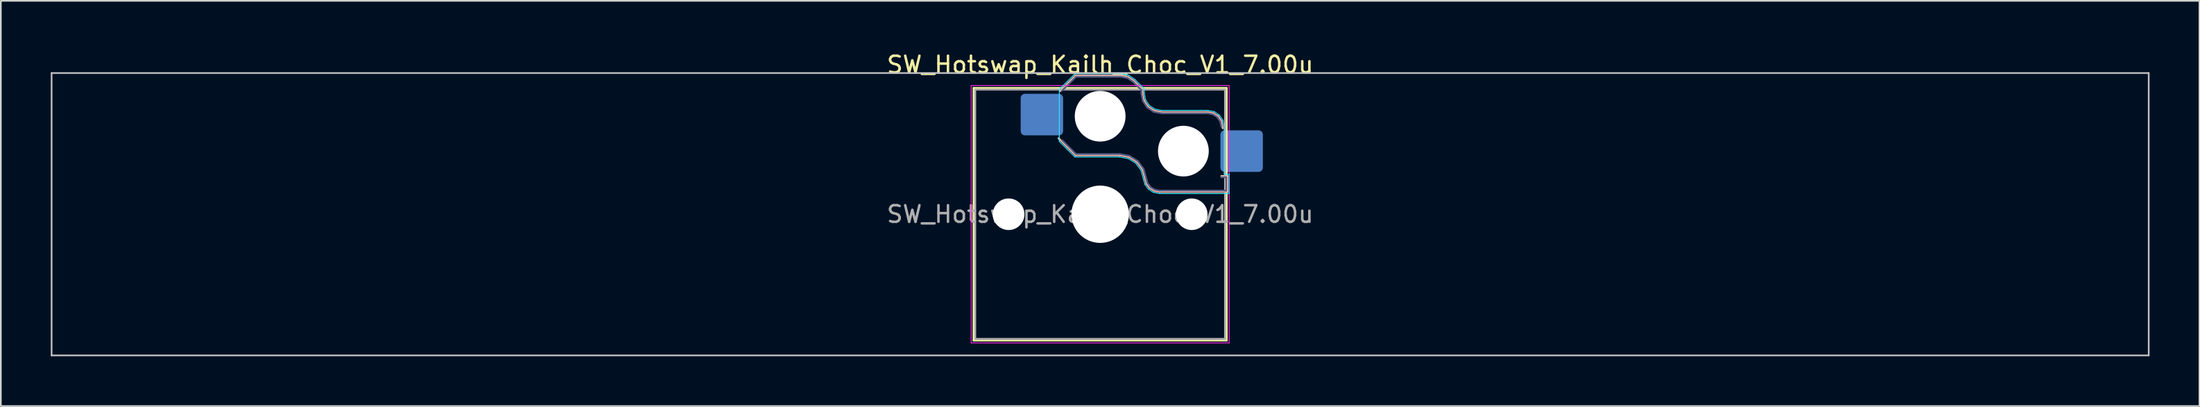
<source format=kicad_pcb>
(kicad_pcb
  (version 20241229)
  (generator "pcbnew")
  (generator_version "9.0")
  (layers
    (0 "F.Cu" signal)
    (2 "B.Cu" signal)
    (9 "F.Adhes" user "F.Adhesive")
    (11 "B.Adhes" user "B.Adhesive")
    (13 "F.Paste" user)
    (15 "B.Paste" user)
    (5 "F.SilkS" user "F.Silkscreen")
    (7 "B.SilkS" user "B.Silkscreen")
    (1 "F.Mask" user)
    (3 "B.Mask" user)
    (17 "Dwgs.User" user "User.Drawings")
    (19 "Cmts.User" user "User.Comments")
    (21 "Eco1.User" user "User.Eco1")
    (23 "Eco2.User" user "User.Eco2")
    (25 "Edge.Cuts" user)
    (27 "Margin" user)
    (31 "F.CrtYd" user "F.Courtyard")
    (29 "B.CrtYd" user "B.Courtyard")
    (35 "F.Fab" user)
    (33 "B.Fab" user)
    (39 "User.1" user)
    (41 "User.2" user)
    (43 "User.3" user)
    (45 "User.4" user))
  (footprint "SW_Hotswap_Kailh_Choc_V1_7.00u"
    (layer "F.Cu")
    (at 63.05 9.848)
    (property "Reference" "SW_Hotswap_Kailh_Choc_V1_7.00u" (at 0 -9 0) (layer "F.SilkS") (effects (font (size 1 1) (thickness 0.15))))
    (attr smd)
    (fp_line (start -7.6 -7.6) (end -7.6 7.6) (stroke (width 0.12) (type solid)) (layer "F.SilkS"))
    (fp_line (start -7.6 7.6) (end 7.6 7.6) (stroke (width 0.12) (type solid)) (layer "F.SilkS"))
    (fp_line (start 7.6 -7.6) (end -7.6 -7.6) (stroke (width 0.12) (type solid)) (layer "F.SilkS"))
    (fp_line (start 7.6 7.6) (end 7.6 -7.6) (stroke (width 0.12) (type solid)) (layer "F.SilkS"))
    (fp_line (start -2.416 -7.409) (end -1.479 -8.346) (stroke (width 0.12) (type solid)) (layer "B.SilkS"))
    (fp_line (start -1.479 -8.346) (end 1.268 -8.346) (stroke (width 0.12) (type solid)) (layer "B.SilkS"))
    (fp_line (start -1.479 -3.554) (end -2.5 -4.575) (stroke (width 0.12) (type solid)) (layer "B.SilkS"))
    (fp_line (start 1.168 -3.554) (end -1.479 -3.554) (stroke (width 0.12) (type solid)) (layer "B.SilkS"))
    (fp_line (start 1.268 -8.346) (end 1.671 -8.266) (stroke (width 0.12) (type solid)) (layer "B.SilkS"))
    (fp_line (start 1.671 -8.266) (end 2.013 -8.037) (stroke (width 0.12) (type solid)) (layer "B.SilkS"))
    (fp_line (start 1.73 -3.449) (end 1.168 -3.554) (stroke (width 0.12) (type solid)) (layer "B.SilkS"))
    (fp_line (start 2.013 -8.037) (end 2.546 -7.504) (stroke (width 0.12) (type solid)) (layer "B.SilkS"))
    (fp_line (start 2.209 -3.15) (end 1.73 -3.449) (stroke (width 0.12) (type solid)) (layer "B.SilkS"))
    (fp_line (start 2.546 -7.504) (end 2.546 -7.282) (stroke (width 0.12) (type solid)) (layer "B.SilkS"))
    (fp_line (start 2.546 -7.282) (end 2.633 -6.844) (stroke (width 0.12) (type solid)) (layer "B.SilkS"))
    (fp_line (start 2.547 -2.697) (end 2.209 -3.15) (stroke (width 0.12) (type solid)) (layer "B.SilkS"))
    (fp_line (start 2.633 -6.844) (end 2.877 -6.477) (stroke (width 0.12) (type solid)) (layer "B.SilkS"))
    (fp_line (start 2.701 -2.139) (end 2.547 -2.697) (stroke (width 0.12) (type solid)) (layer "B.SilkS"))
    (fp_line (start 2.783 -1.841) (end 2.701 -2.139) (stroke (width 0.12) (type solid)) (layer "B.SilkS"))
    (fp_line (start 2.877 -6.477) (end 3.244 -6.233) (stroke (width 0.12) (type solid)) (layer "B.SilkS"))
    (fp_line (start 2.976 -1.583) (end 2.783 -1.841) (stroke (width 0.12) (type solid)) (layer "B.SilkS"))
    (fp_line (start 3.244 -6.233) (end 3.682 -6.146) (stroke (width 0.12) (type solid)) (layer "B.SilkS"))
    (fp_line (start 3.25 -1.413) (end 2.976 -1.583) (stroke (width 0.12) (type solid)) (layer "B.SilkS"))
    (fp_line (start 3.56 -1.354) (end 3.25 -1.413) (stroke (width 0.12) (type solid)) (layer "B.SilkS"))
    (fp_line (start 3.682 -6.146) (end 6.482 -6.146) (stroke (width 0.12) (type solid)) (layer "B.SilkS"))
    (fp_line (start 6.482 -6.146) (end 6.809 -6.081) (stroke (width 0.12) (type solid)) (layer "B.SilkS"))
    (fp_line (start 6.809 -6.081) (end 7.092 -5.892) (stroke (width 0.12) (type solid)) (layer "B.SilkS"))
    (fp_line (start 7.092 -5.892) (end 7.281 -5.609) (stroke (width 0.12) (type solid)) (layer "B.SilkS"))
    (fp_line (start 7.281 -5.609) (end 7.366 -5.182) (stroke (width 0.12) (type solid)) (layer "B.SilkS"))
    (fp_line (start 7.283 -2.296) (end 7.646 -2.296) (stroke (width 0.12) (type solid)) (layer "B.SilkS"))
    (fp_line (start 7.646 -2.296) (end 7.646 -1.354) (stroke (width 0.12) (type solid)) (layer "B.SilkS"))
    (fp_line (start 7.646 -1.354) (end 3.56 -1.354) (stroke (width 0.12) (type solid)) (layer "B.SilkS"))
    (fp_line (start -63 -8.5) (end -63 8.5) (stroke (width 0.1) (type solid)) (layer "Dwgs.User"))
    (fp_line (start -63 8.5) (end 63 8.5) (stroke (width 0.1) (type solid)) (layer "Dwgs.User"))
    (fp_line (start 63 -8.5) (end -63 -8.5) (stroke (width 0.1) (type solid)) (layer "Dwgs.User"))
    (fp_line (start 63 8.5) (end 63 -8.5) (stroke (width 0.1) (type solid)) (layer "Dwgs.User"))
    (fp_line (start -7.25 -7.25) (end -7.25 7.25) (stroke (width 0.1) (type solid)) (layer "Eco1.User"))
    (fp_line (start -7.25 7.25) (end 7.25 7.25) (stroke (width 0.1) (type solid)) (layer "Eco1.User"))
    (fp_line (start 7.25 -7.25) (end -7.25 -7.25) (stroke (width 0.1) (type solid)) (layer "Eco1.User"))
    (fp_line (start 7.25 7.25) (end 7.25 -7.25) (stroke (width 0.1) (type solid)) (layer "Eco1.User"))
    (fp_line (start -2.452 -7.523) (end -1.523 -8.452) (stroke (width 0.05) (type solid)) (layer "B.CrtYd"))
    (fp_line (start -2.452 -4.377) (end -2.452 -7.523) (stroke (width 0.05) (type solid)) (layer "B.CrtYd"))
    (fp_line (start -1.523 -8.452) (end 1.278 -8.452) (stroke (width 0.05) (type solid)) (layer "B.CrtYd"))
    (fp_line (start -1.523 -3.448) (end -2.452 -4.377) (stroke (width 0.05) (type solid)) (layer "B.CrtYd"))
    (fp_line (start 1.159 -3.448) (end -1.523 -3.448) (stroke (width 0.05) (type solid)) (layer "B.CrtYd"))
    (fp_line (start 1.278 -8.452) (end 1.712 -8.366) (stroke (width 0.05) (type solid)) (layer "B.CrtYd"))
    (fp_line (start 1.691 -3.348) (end 1.159 -3.448) (stroke (width 0.05) (type solid)) (layer "B.CrtYd"))
    (fp_line (start 1.712 -8.366) (end 2.081 -8.119) (stroke (width 0.05) (type solid)) (layer "B.CrtYd"))
    (fp_line (start 2.081 -8.119) (end 2.652 -7.548) (stroke (width 0.05) (type solid)) (layer "B.CrtYd"))
    (fp_line (start 2.136 -3.071) (end 1.691 -3.348) (stroke (width 0.05) (type solid)) (layer "B.CrtYd"))
    (fp_line (start 2.45 -2.65) (end 2.136 -3.071) (stroke (width 0.05) (type solid)) (layer "B.CrtYd"))
    (fp_line (start 2.599 -2.111) (end 2.45 -2.65) (stroke (width 0.05) (type solid)) (layer "B.CrtYd"))
    (fp_line (start 2.652 -7.548) (end 2.652 -7.292) (stroke (width 0.05) (type solid)) (layer "B.CrtYd"))
    (fp_line (start 2.652 -7.292) (end 2.733 -6.885) (stroke (width 0.05) (type solid)) (layer "B.CrtYd"))
    (fp_line (start 2.687 -1.794) (end 2.599 -2.111) (stroke (width 0.05) (type solid)) (layer "B.CrtYd"))
    (fp_line (start 2.733 -6.885) (end 2.953 -6.553) (stroke (width 0.05) (type solid)) (layer "B.CrtYd"))
    (fp_line (start 2.903 -1.503) (end 2.687 -1.794) (stroke (width 0.05) (type solid)) (layer "B.CrtYd"))
    (fp_line (start 2.953 -6.553) (end 3.285 -6.333) (stroke (width 0.05) (type solid)) (layer "B.CrtYd"))
    (fp_line (start 3.211 -1.312) (end 2.903 -1.503) (stroke (width 0.05) (type solid)) (layer "B.CrtYd"))
    (fp_line (start 3.285 -6.333) (end 3.692 -6.252) (stroke (width 0.05) (type solid)) (layer "B.CrtYd"))
    (fp_line (start 3.55 -1.248) (end 3.211 -1.312) (stroke (width 0.05) (type solid)) (layer "B.CrtYd"))
    (fp_line (start 3.692 -6.252) (end 6.492 -6.252) (stroke (width 0.05) (type solid)) (layer "B.CrtYd"))
    (fp_line (start 6.492 -6.252) (end 6.85 -6.181) (stroke (width 0.05) (type solid)) (layer "B.CrtYd"))
    (fp_line (start 6.85 -6.181) (end 7.168 -5.968) (stroke (width 0.05) (type solid)) (layer "B.CrtYd"))
    (fp_line (start 7.168 -5.968) (end 7.381 -5.65) (stroke (width 0.05) (type solid)) (layer "B.CrtYd"))
    (fp_line (start 7.381 -5.65) (end 7.452 -5.292) (stroke (width 0.05) (type solid)) (layer "B.CrtYd"))
    (fp_line (start 7.452 -5.292) (end 7.452 -2.402) (stroke (width 0.05) (type solid)) (layer "B.CrtYd"))
    (fp_line (start 7.452 -2.402) (end 7.752 -2.402) (stroke (width 0.05) (type solid)) (layer "B.CrtYd"))
    (fp_line (start 7.752 -2.402) (end 7.752 -1.248) (stroke (width 0.05) (type solid)) (layer "B.CrtYd"))
    (fp_line (start 7.752 -1.248) (end 3.55 -1.248) (stroke (width 0.05) (type solid)) (layer "B.CrtYd"))
    (fp_line (start -7.75 -7.75) (end -7.75 7.75) (stroke (width 0.05) (type solid)) (layer "F.CrtYd"))
    (fp_line (start -7.75 7.75) (end 7.75 7.75) (stroke (width 0.05) (type solid)) (layer "F.CrtYd"))
    (fp_line (start 7.75 -7.75) (end -7.75 -7.75) (stroke (width 0.05) (type solid)) (layer "F.CrtYd"))
    (fp_line (start 7.75 7.75) (end 7.75 -7.75) (stroke (width 0.05) (type solid)) (layer "F.CrtYd"))
    (fp_line (start -2.275 -7.45) (end -1.45 -8.275) (stroke (width 0.1) (type solid)) (layer "B.Fab"))
    (fp_line (start -1.45 -8.275) (end 1.261 -8.275) (stroke (width 0.1) (type solid)) (layer "B.Fab"))
    (fp_line (start -1.45 -3.625) (end -2.275 -4.45) (stroke (width 0.1) (type solid)) (layer "B.Fab"))
    (fp_line (start 1.175 -3.625) (end -1.45 -3.625) (stroke (width 0.1) (type solid)) (layer "B.Fab"))
    (fp_line (start 1.261 -8.275) (end 1.643 -8.199) (stroke (width 0.1) (type solid)) (layer "B.Fab"))
    (fp_line (start 1.643 -8.199) (end 1.968 -7.982) (stroke (width 0.1) (type solid)) (layer "B.Fab"))
    (fp_line (start 1.756 -3.516) (end 1.175 -3.625) (stroke (width 0.1) (type solid)) (layer "B.Fab"))
    (fp_line (start 1.968 -7.982) (end 2.475 -7.475) (stroke (width 0.1) (type solid)) (layer "B.Fab"))
    (fp_line (start 2.258 -3.203) (end 1.756 -3.516) (stroke (width 0.1) (type solid)) (layer "B.Fab"))
    (fp_line (start 2.475 -7.475) (end 2.475 -7.275) (stroke (width 0.1) (type solid)) (layer "B.Fab"))
    (fp_line (start 2.475 -7.275) (end 2.566 -6.816) (stroke (width 0.1) (type solid)) (layer "B.Fab"))
    (fp_line (start 2.566 -6.816) (end 2.826 -6.426) (stroke (width 0.1) (type solid)) (layer "B.Fab"))
    (fp_line (start 2.612 -2.729) (end 2.258 -3.203) (stroke (width 0.1) (type solid)) (layer "B.Fab"))
    (fp_line (start 2.769 -2.158) (end 2.612 -2.729) (stroke (width 0.1) (type solid)) (layer "B.Fab"))
    (fp_line (start 2.826 -6.426) (end 3.216 -6.166) (stroke (width 0.1) (type solid)) (layer "B.Fab"))
    (fp_line (start 2.848 -1.873) (end 2.769 -2.158) (stroke (width 0.1) (type solid)) (layer "B.Fab"))
    (fp_line (start 3.025 -1.636) (end 2.848 -1.873) (stroke (width 0.1) (type solid)) (layer "B.Fab"))
    (fp_line (start 3.216 -6.166) (end 3.675 -6.075) (stroke (width 0.1) (type solid)) (layer "B.Fab"))
    (fp_line (start 3.276 -1.48) (end 3.025 -1.636) (stroke (width 0.1) (type solid)) (layer "B.Fab"))
    (fp_line (start 3.567 -1.425) (end 3.276 -1.48) (stroke (width 0.1) (type solid)) (layer "B.Fab"))
    (fp_line (start 3.675 -6.075) (end 6.475 -6.075) (stroke (width 0.1) (type solid)) (layer "B.Fab"))
    (fp_line (start 6.475 -6.075) (end 6.781 -6.014) (stroke (width 0.1) (type solid)) (layer "B.Fab"))
    (fp_line (start 6.781 -6.014) (end 7.041 -5.841) (stroke (width 0.1) (type solid)) (layer "B.Fab"))
    (fp_line (start 7.041 -5.841) (end 7.214 -5.581) (stroke (width 0.1) (type solid)) (layer "B.Fab"))
    (fp_line (start 7.214 -5.581) (end 7.275 -5.275) (stroke (width 0.1) (type solid)) (layer "B.Fab"))
    (fp_line (start 7.275 -2.225) (end 7.575 -2.225) (stroke (width 0.1) (type solid)) (layer "B.Fab"))
    (fp_line (start 7.575 -2.225) (end 7.575 -1.425) (stroke (width 0.1) (type solid)) (layer "B.Fab"))
    (fp_line (start 7.575 -1.425) (end 3.567 -1.425) (stroke (width 0.1) (type solid)) (layer "B.Fab"))
    (fp_line (start -7.5 -7.5) (end -7.5 7.5) (stroke (width 0.1) (type solid)) (layer "F.Fab"))
    (fp_line (start -7.5 7.5) (end 7.5 7.5) (stroke (width 0.1) (type solid)) (layer "F.Fab"))
    (fp_line (start 7.5 -7.5) (end -7.5 -7.5) (stroke (width 0.1) (type solid)) (layer "F.Fab"))
    (fp_line (start 7.5 7.5) (end 7.5 -7.5) (stroke (width 0.1) (type solid)) (layer "F.Fab"))
    (fp_text user "${REFERENCE}" (at 0 0 0) (layer "F.Fab") (effects (font (size 1 1) (thickness 0.15))))
    (pad "" np_thru_hole circle (at -5.5 0) (size 1.9 1.9) (drill 1.9) (layers "*.Cu" "*.Mask"))
    (pad "" np_thru_hole circle (at 0 -5.9) (size 3.05 3.05) (drill 3.05) (layers "*.Cu" "*.Mask"))
    (pad "" np_thru_hole circle (at 0 0) (size 3.45 3.45) (drill 3.45) (layers "*.Cu" "*.Mask"))
    (pad "" np_thru_hole circle (at 5 -3.8) (size 3.05 3.05) (drill 3.05) (layers "*.Cu" "*.Mask"))
    (pad "" np_thru_hole circle (at 5.5 0) (size 1.9 1.9) (drill 1.9) (layers "*.Cu" "*.Mask"))
    (pad "1" smd roundrect (at -3.5 -6) (size 2.55 2.5) (layers "B.Cu" "B.Mask" "B.Paste") (roundrect_rratio 0.1))
    (pad "2" smd roundrect (at 8.5 -3.8) (size 2.55 2.5) (layers "B.Cu" "B.Mask" "B.Paste") (roundrect_rratio 0.1)))
  (gr_rect
    (start -3 -3)
    (end 129.1 21.398)
    (stroke (width 0.1) (type default))
    (fill no)
    (layer "Edge.Cuts")))
</source>
